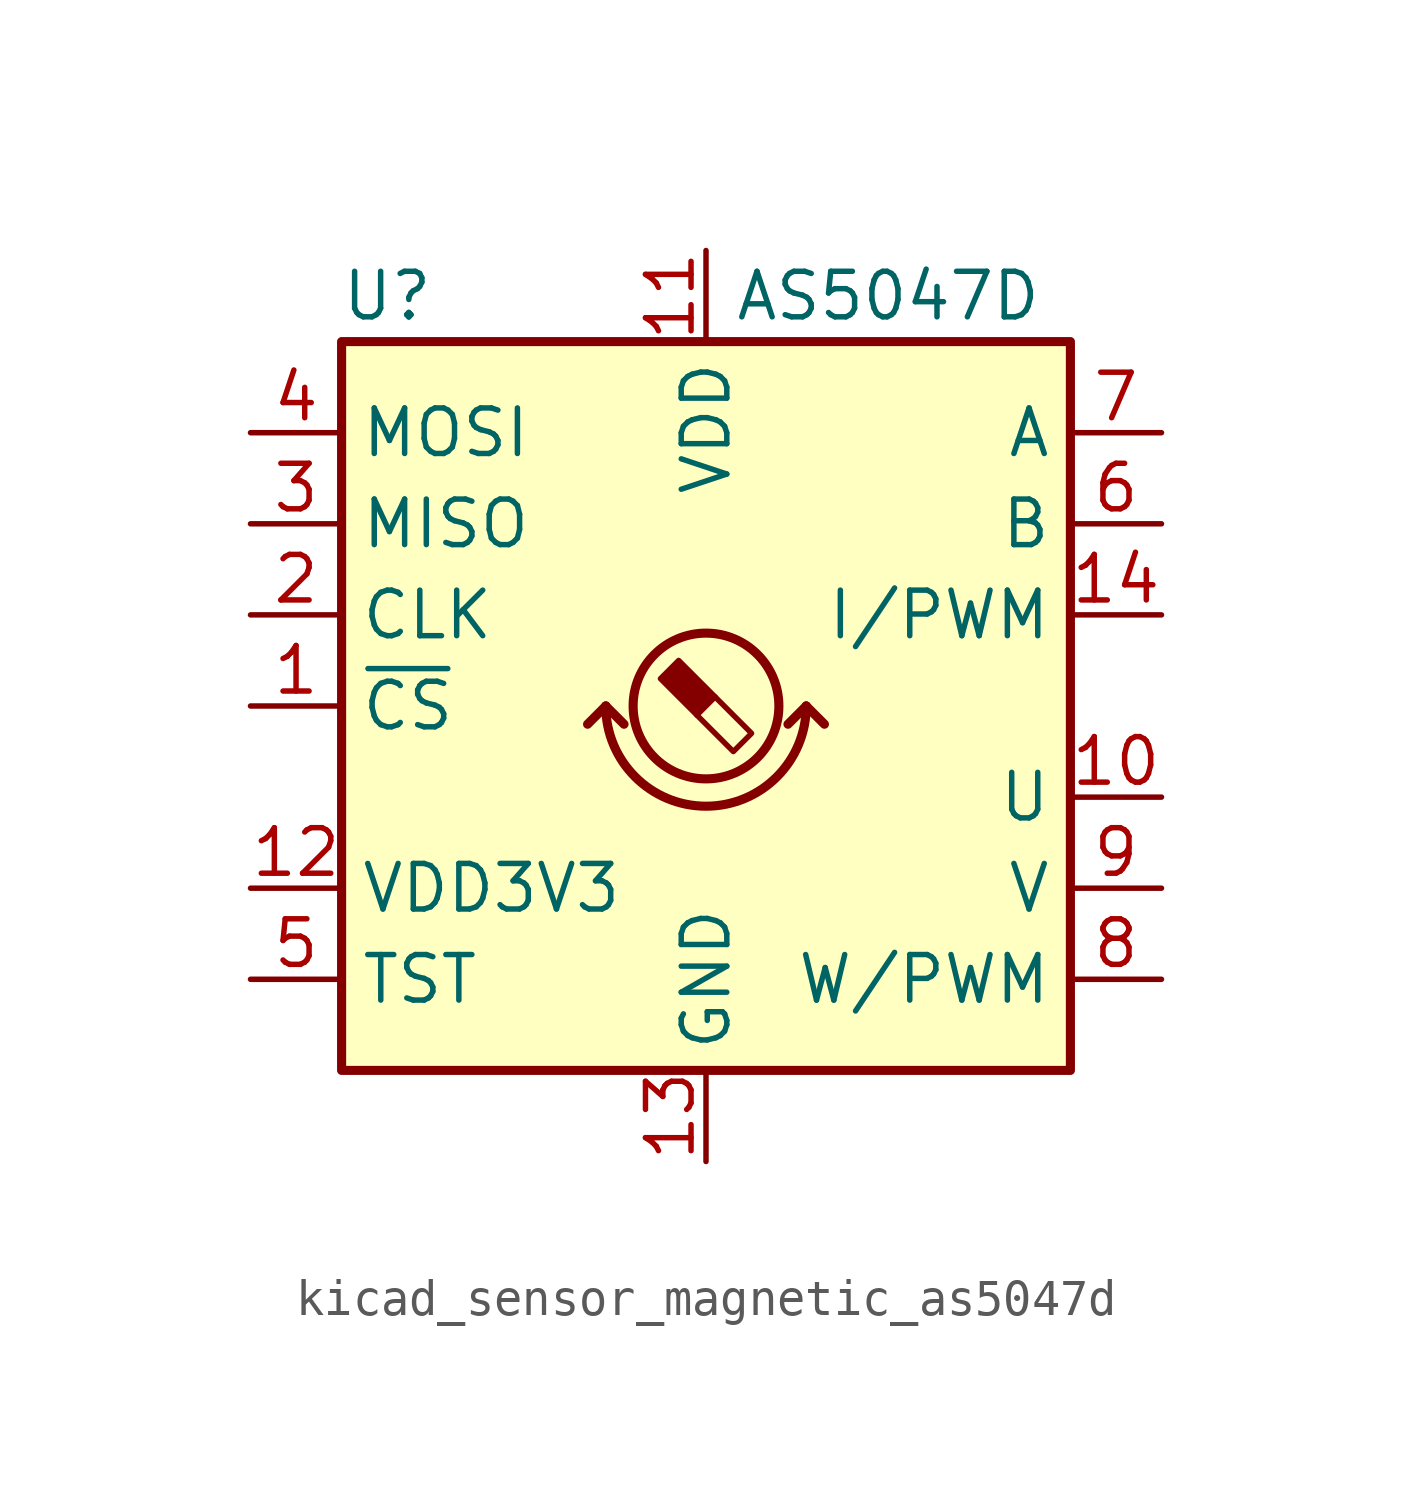
<source format=kicad_sym>
(kicad_symbol_lib
  (version 20220914)
  (generator kicad_symbol_editor)
  (symbol "kicad_sensor_magnetic_as5047d"
    (property "Reference" "U"
      (at -8.89 11.43 0)
      (effects (font (size 1.27 1.27))))
    (property "Value" "AS5047D"
      (at 5.08 11.43 0)
      (effects (font (size 1.27 1.27))))
    (symbol "kicad_sensor_magnetic_as5047d_1_1"
      (rectangle (start -10.16 10.16) (end 10.16 -10.16) (stroke (width 0.254) (type default)) (fill (type background)))
      (arc (start -2.794 0) (mid 0 -2.7819) (end 2.794 0) (stroke (width 0.254) (type default)) (fill (type none)))
      (polyline (pts (xy -2.794 0) (xy -3.302 -0.508)) (stroke (width 0.254) (type default)) (fill (type none)))
      (polyline (pts (xy -2.794 0) (xy -2.286 -0.508)) (stroke (width 0.254) (type default)) (fill (type none)))
      (polyline (pts (xy 2.794 0) (xy 2.286 -0.508)) (stroke (width 0.254) (type default)) (fill (type none)))
      (polyline (pts (xy 2.794 0) (xy 3.302 -0.508)) (stroke (width 0.254) (type default)) (fill (type none)))
      (polyline (pts (xy 0.254 0.254) (xy 1.27 -0.762) (xy 0.762 -1.27) (xy -0.254 -0.254)) (stroke (width 0) (type default)) (fill (type none)))
      (polyline (pts (xy -0.762 1.27) (xy 0.254 0.254) (xy -0.254 -0.254) (xy -1.27 0.762) (xy -1.016 1.016) (xy -0.762 1.27) (xy -0.635 1.143)) (stroke (width 0) (type default)) (fill (type outline)))
      (circle (center 0 0) (radius 2.032) (stroke (width 0.254) (type default)) (fill (type none)))
      (pin input line (at -12.7 0 0) (length 2.54) (name "~{CS}" (effects (font (size 1.27 1.27)))) (number "1" (effects (font (size 1.27 1.27)))))
      (pin output line (at 12.7 -2.54 180) (length 2.54) (name "U" (effects (font (size 1.27 1.27)))) (number "10" (effects (font (size 1.27 1.27)))))
      (pin power_in line (at 0 12.7 270) (length 2.54) (name "VDD" (effects (font (size 1.27 1.27)))) (number "11" (effects (font (size 1.27 1.27)))))
      (pin power_out line (at -12.7 -5.08 0) (length 2.54) (name "VDD3V3" (effects (font (size 1.27 1.27)))) (number "12" (effects (font (size 1.27 1.27)))))
      (pin power_in line (at 0 -12.7 90) (length 2.54) (name "GND" (effects (font (size 1.27 1.27)))) (number "13" (effects (font (size 1.27 1.27)))))
      (pin output line (at 12.7 2.54 180) (length 2.54) (name "I/PWM" (effects (font (size 1.27 1.27)))) (number "14" (effects (font (size 1.27 1.27)))))
      (pin input line (at -12.7 2.54 0) (length 2.54) (name "CLK" (effects (font (size 1.27 1.27)))) (number "2" (effects (font (size 1.27 1.27)))))
      (pin output line (at -12.7 5.08 0) (length 2.54) (name "MISO" (effects (font (size 1.27 1.27)))) (number "3" (effects (font (size 1.27 1.27)))))
      (pin input line (at -12.7 7.62 0) (length 2.54) (name "MOSI" (effects (font (size 1.27 1.27)))) (number "4" (effects (font (size 1.27 1.27)))))
      (pin input line (at -12.7 -7.62 0) (length 2.54) (name "TST" (effects (font (size 1.27 1.27)))) (number "5" (effects (font (size 1.27 1.27)))))
      (pin output line (at 12.7 5.08 180) (length 2.54) (name "B" (effects (font (size 1.27 1.27)))) (number "6" (effects (font (size 1.27 1.27)))))
      (pin output line (at 12.7 7.62 180) (length 2.54) (name "A" (effects (font (size 1.27 1.27)))) (number "7" (effects (font (size 1.27 1.27)))))
      (pin output line (at 12.7 -7.62 180) (length 2.54) (name "W/PWM" (effects (font (size 1.27 1.27)))) (number "8" (effects (font (size 1.27 1.27)))))
      (pin output line (at 12.7 -5.08 180) (length 2.54) (name "V" (effects (font (size 1.27 1.27)))) (number "9" (effects (font (size 1.27 1.27))))))))
</source>
